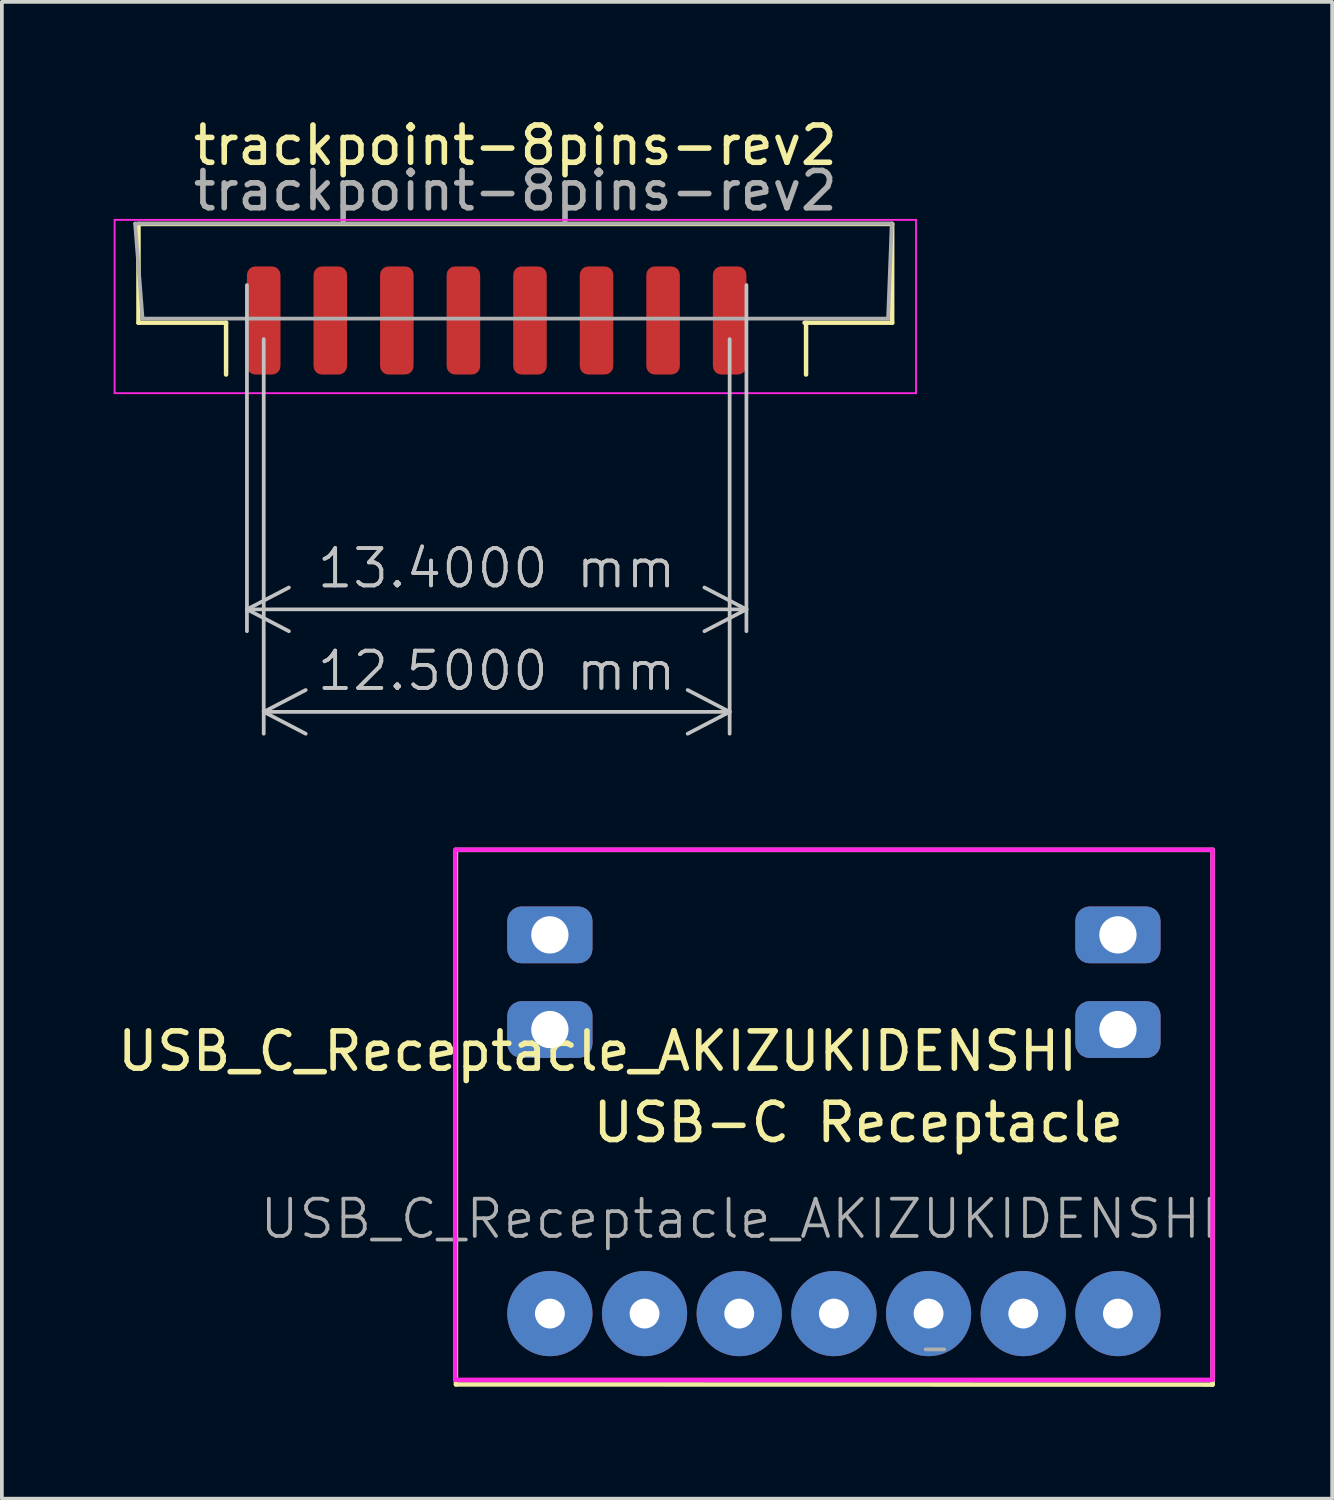
<source format=kicad_pcb>
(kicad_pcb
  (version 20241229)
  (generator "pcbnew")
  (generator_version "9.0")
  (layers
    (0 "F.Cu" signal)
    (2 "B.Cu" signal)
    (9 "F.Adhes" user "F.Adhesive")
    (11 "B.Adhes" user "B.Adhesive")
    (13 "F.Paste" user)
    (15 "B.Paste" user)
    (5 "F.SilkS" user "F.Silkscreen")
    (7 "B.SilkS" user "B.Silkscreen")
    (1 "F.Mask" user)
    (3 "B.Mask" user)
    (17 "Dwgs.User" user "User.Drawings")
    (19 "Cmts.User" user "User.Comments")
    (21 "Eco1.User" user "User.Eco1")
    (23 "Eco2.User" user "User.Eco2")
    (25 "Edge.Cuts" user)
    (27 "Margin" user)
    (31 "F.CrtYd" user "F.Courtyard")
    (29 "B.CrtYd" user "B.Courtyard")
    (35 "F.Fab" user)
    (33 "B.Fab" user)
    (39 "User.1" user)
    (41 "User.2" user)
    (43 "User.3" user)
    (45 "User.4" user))
  (footprint "trackpoint-8pins-rev2"
    (layer "F.Cu")
    (at 10.775 3.048)
    (property "Reference" "trackpoint-8pins-rev2" (at 0 -2.2 0) (layer "F.SilkS") (effects (font (size 1 1) (thickness 0.15))))
    (attr smd)
    (fp_line (start -10.11 -0.09) (end -10.11 2.56) (stroke (width 0.12) (type solid)) (layer "F.SilkS"))
    (fp_line (start -10.11 -0.09) (end 10.11 -0.09) (stroke (width 0.12) (type solid)) (layer "F.SilkS"))
    (fp_line (start -10.11 2.56) (end -7.76 2.56) (stroke (width 0.12) (type solid)) (layer "F.SilkS"))
    (fp_line (start -7.76 2.56) (end -7.76 3.95) (stroke (width 0.12) (type solid)) (layer "F.SilkS"))
    (fp_line (start 7.8 2.56) (end 7.8 3.95) (stroke (width 0.12) (type solid)) (layer "F.SilkS"))
    (fp_line (start 10.11 -0.09) (end 10.11 2.56) (stroke (width 0.12) (type solid)) (layer "F.SilkS"))
    (fp_line (start 10.11 2.56) (end 7.76 2.56) (stroke (width 0.12) (type solid)) (layer "F.SilkS"))
    (fp_line (start -10.75 -0.2) (end -10.75 4.45) (stroke (width 0.05) (type solid)) (layer "F.CrtYd"))
    (fp_line (start -10.75 4.45) (end 10.75 4.45) (stroke (width 0.05) (type solid)) (layer "F.CrtYd"))
    (fp_line (start 10.75 -0.2) (end -10.75 -0.2) (stroke (width 0.05) (type solid)) (layer "F.CrtYd"))
    (fp_line (start 10.75 4.45) (end 10.75 -0.2) (stroke (width 0.05) (type solid)) (layer "F.CrtYd"))
    (fp_line (start -10.2 -0.1) (end 10.1 -0.1) (stroke (width 0.1) (type solid)) (layer "F.Fab"))
    (fp_line (start -10 2.45) (end -10.2 -0.1) (stroke (width 0.1) (type solid)) (layer "F.Fab"))
    (fp_line (start -10 2.45) (end 10 2.45) (stroke (width 0.1) (type solid)) (layer "F.Fab"))
    (fp_line (start 10 2.45) (end 10.1 -0.1) (stroke (width 0.1) (type solid)) (layer "F.Fab"))
    (fp_text user "${REFERENCE}" (at 0 -0.98 0) (layer "F.Fab") (effects (font (size 1 1) (thickness 0.15))))
    (dimension (type aligned) (layer "Dwgs.User") (pts (xy 3.575 4.098) (xy 16.975 4.098)) (height 9.2) (format (prefix "") (suffix "") (units 3) (units_format 1) (precision 4)) (style (thickness 0.1) (arrow_length 1.27) (text_position_mode 0) (arrow_direction outward) (extension_height 0.586) (extension_offset 0.5) (keep_text_aligned yes)) (gr_text "13.4000 mm" (at 10.275 12.198 0) (layer "Dwgs.User") (effects (font (size 1 1) (thickness 0.1)))))
    (dimension (type aligned) (layer "Dwgs.User") (pts (xy 4.025 5.548) (xy 16.525 5.548)) (height 10.5) (format (prefix "") (suffix "") (units 3) (units_format 1) (precision 4)) (style (thickness 0.1) (arrow_length 1.27) (text_position_mode 0) (arrow_direction outward) (extension_height 0.586) (extension_offset 0.5) (keep_text_aligned yes)) (gr_text "12.5000 mm" (at 10.275 14.948 0) (layer "Dwgs.User") (effects (font (size 1 1) (thickness 0.1)))))
    (pad "1" smd roundrect (at -6.75 2.5) (size 0.9 2.9) (layers "F.Cu" "F.Mask" "F.Paste") (roundrect_rratio 0.25))
    (pad "2" smd roundrect (at -4.964 2.5) (size 0.9 2.9) (layers "F.Cu" "F.Mask" "F.Paste") (roundrect_rratio 0.25))
    (pad "3" smd roundrect (at -3.179 2.5) (size 0.9 2.9) (layers "F.Cu" "F.Mask" "F.Paste") (roundrect_rratio 0.25))
    (pad "4" smd roundrect (at -1.393 2.5) (size 0.9 2.9) (layers "F.Cu" "F.Mask" "F.Paste") (roundrect_rratio 0.25))
    (pad "5" smd roundrect (at 0.393 2.5) (size 0.9 2.9) (layers "F.Cu" "F.Mask" "F.Paste") (roundrect_rratio 0.25))
    (pad "6" smd roundrect (at 2.179 2.5) (size 0.9 2.9) (layers "F.Cu" "F.Mask" "F.Paste") (roundrect_rratio 0.25))
    (pad "7" smd roundrect (at 3.964 2.5) (size 0.9 2.9) (layers "F.Cu" "F.Mask" "F.Paste") (roundrect_rratio 0.25))
    (pad "8" smd roundrect (at 5.75 2.5) (size 0.9 2.9) (layers "F.Cu" "F.Mask" "F.Paste") (roundrect_rratio 0.25)))
  (footprint "USB_C_Receptacle_AKIZUKIDENSHI"
    (layer "F.Cu")
    (at 19.322 27.371)
    (property "Reference" "USB_C_Receptacle_AKIZUKIDENSHI" (at -6.34 -2.22 0) (layer "F.SilkS") (effects (font (size 1 1) (thickness 0.15))))
    (attr smd)
    (fp_line (start -10.14 -7.62) (end -10.14 6.72) (stroke (width 0.12) (type solid)) (layer "F.SilkS"))
    (fp_line (start -10.14 -7.62) (end 10.16 -7.62) (stroke (width 0.12) (type solid)) (layer "F.SilkS"))
    (fp_line (start 10.16 -7.62) (end 10.16 6.725) (stroke (width 0.12) (type solid)) (layer "F.SilkS"))
    (fp_line (start 10.16 6.725) (end -10.14 6.72) (stroke (width 0.12) (type solid)) (layer "F.SilkS"))
    (fp_rect (start -10.16 -7.626) (end 10.16 6.598) (stroke (width 0.12) (type default)) (fill no) (layer "F.CrtYd"))
    (fp_line (start 2.46 5.78) (end 2.96 5.78) (stroke (width 0.1) (type solid)) (layer "F.Fab"))
    (fp_text user "USB-C Receptacle" (at -6.54 0.28 0) (unlocked yes) (layer "F.SilkS") (effects (font (size 1 1) (thickness 0.15)) (justify left bottom)))
    (fp_text user "${REFERENCE}" (at -2.54 2.28 0) (layer "F.Fab") (effects (font (size 1 1) (thickness 0.1))))
    (pad "1" thru_hole roundrect (at -7.62 -5.34) (size 2.286 1.524) (drill 1) (layers "*.Cu" "*.Mask") (roundrect_rratio 0.25))
    (pad "2" thru_hole roundrect (at -7.62 -2.8) (size 2.286 1.524) (drill 1) (layers "*.Cu" "*.Mask") (roundrect_rratio 0.25))
    (pad "3" thru_hole roundrect (at 7.62 -5.34) (size 2.286 1.524) (drill 1) (layers "*.Cu" "*.Mask") (roundrect_rratio 0.25))
    (pad "4" thru_hole roundrect (at 7.62 -2.8) (size 2.286 1.524) (drill 1) (layers "*.Cu" "*.Mask") (roundrect_rratio 0.25))
    (pad "A1" thru_hole circle (at 0 4.82 90) (size 2.286 2.286) (drill 0.8) (layers "*.Cu" "*.Mask"))
    (pad "A4" thru_hole circle (at -7.62 4.82) (size 2.286 2.286) (drill 0.8) (layers "*.Cu" "*.Mask"))
    (pad "A5" thru_hole circle (at 2.54 4.82) (size 2.286 2.286) (drill 0.8) (layers "*.Cu" "*.Mask"))
    (pad "A6" thru_hole circle (at -2.54 4.82) (size 2.286 2.286) (drill 0.8) (layers "*.Cu" "*.Mask"))
    (pad "A7" thru_hole circle (at -5.08 4.82) (size 2.286 2.286) (drill 0.8) (layers "*.Cu" "*.Mask"))
    (pad "B5" thru_hole circle (at 5.08 4.82) (size 2.286 2.286) (drill 0.8) (layers "*.Cu" "*.Mask"))
    (pad "GND" thru_hole circle (at 7.62 4.82) (size 2.286 2.286) (drill 0.8) (layers "*.Cu" "*.Mask")))
  (gr_rect
    (start -3 -3)
    (end 32.689 37.156)
    (stroke (width 0.1) (type default))
    (fill no)
    (layer "Edge.Cuts")))
</source>
